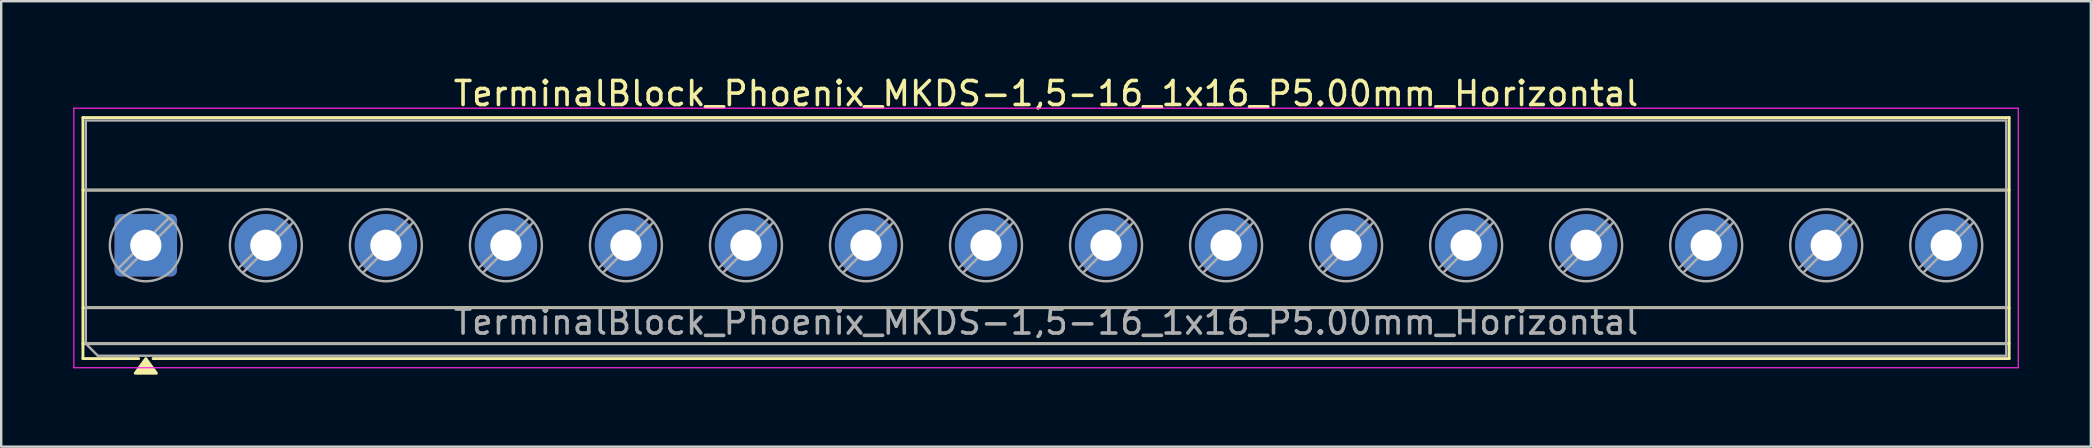
<source format=kicad_pcb>
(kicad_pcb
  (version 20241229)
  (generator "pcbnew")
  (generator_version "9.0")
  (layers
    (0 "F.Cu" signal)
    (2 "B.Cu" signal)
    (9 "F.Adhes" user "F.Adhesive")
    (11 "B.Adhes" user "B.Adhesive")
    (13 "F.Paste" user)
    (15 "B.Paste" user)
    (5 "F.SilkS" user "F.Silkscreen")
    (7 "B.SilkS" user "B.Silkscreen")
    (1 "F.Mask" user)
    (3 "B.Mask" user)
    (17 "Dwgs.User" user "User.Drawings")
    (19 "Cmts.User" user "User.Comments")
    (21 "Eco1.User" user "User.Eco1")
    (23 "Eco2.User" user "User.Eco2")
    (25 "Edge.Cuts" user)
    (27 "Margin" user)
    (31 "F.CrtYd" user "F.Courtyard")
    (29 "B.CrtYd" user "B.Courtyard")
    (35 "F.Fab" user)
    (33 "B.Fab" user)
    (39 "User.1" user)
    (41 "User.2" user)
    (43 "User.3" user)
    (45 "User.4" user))
  (footprint "TerminalBlock_Phoenix_MKDS-1,5-16_1x16_P5.00mm_Horizontal"
    (layer "F.Cu")
    (at 3.025 7.168)
    (property "Reference" "TerminalBlock_Phoenix_MKDS-1,5-16_1x16_P5.00mm_Horizontal" (at 37.5 -6.32 0) (layer "F.SilkS") (effects (font (size 1 1) (thickness 0.15))))
    (attr through_hole)
    (fp_line (start -2.62 -5.32) (end 77.62 -5.32) (stroke (width 0.12) (type solid)) (layer "F.SilkS"))
    (fp_line (start -2.62 -2.3) (end 77.62 -2.3) (stroke (width 0.12) (type solid)) (layer "F.SilkS"))
    (fp_line (start -2.62 2.6) (end 77.62 2.6) (stroke (width 0.12) (type solid)) (layer "F.SilkS"))
    (fp_line (start -2.62 4.1) (end 77.62 4.1) (stroke (width 0.12) (type solid)) (layer "F.SilkS"))
    (fp_line (start -2.62 4.72) (end -2.62 -5.32) (stroke (width 0.12) (type solid)) (layer "F.SilkS"))
    (fp_line (start -0.3 4.72) (end -2.62 4.72) (stroke (width 0.12) (type solid)) (layer "F.SilkS"))
    (fp_line (start 77.62 -5.32) (end 77.62 4.72) (stroke (width 0.12) (type solid)) (layer "F.SilkS"))
    (fp_line (start 77.62 4.72) (end 0.3 4.72) (stroke (width 0.12) (type solid)) (layer "F.SilkS"))
    (fp_poly (pts (xy 0 4.72) (xy 0.44 5.33) (xy -0.44 5.33)) (stroke (width 0.12) (type solid)) (fill yes) (layer "F.SilkS"))
    (fp_line (start -3 -5.71) (end -3 5.1) (stroke (width 0.05) (type solid)) (layer "F.CrtYd"))
    (fp_line (start -3 5.1) (end 78 5.1) (stroke (width 0.05) (type solid)) (layer "F.CrtYd"))
    (fp_line (start 78 -5.71) (end -3 -5.71) (stroke (width 0.05) (type solid)) (layer "F.CrtYd"))
    (fp_line (start 78 5.1) (end 78 -5.71) (stroke (width 0.05) (type solid)) (layer "F.CrtYd"))
    (fp_line (start -2.5 -5.2) (end 77.5 -5.2) (stroke (width 0.1) (type solid)) (layer "F.Fab"))
    (fp_line (start -2.5 -2.3) (end 77.5 -2.3) (stroke (width 0.1) (type solid)) (layer "F.Fab"))
    (fp_line (start -2.5 2.6) (end 77.5 2.6) (stroke (width 0.1) (type solid)) (layer "F.Fab"))
    (fp_line (start -2.5 4.1) (end -2.5 -5.2) (stroke (width 0.1) (type solid)) (layer "F.Fab"))
    (fp_line (start -2.5 4.1) (end 77.5 4.1) (stroke (width 0.1) (type solid)) (layer "F.Fab"))
    (fp_line (start -2 4.6) (end -2.5 4.1) (stroke (width 0.1) (type solid)) (layer "F.Fab"))
    (fp_line (start 0.955 -1.138) (end -1.138 0.955) (stroke (width 0.1) (type solid)) (layer "F.Fab"))
    (fp_line (start 1.138 -0.955) (end -0.955 1.138) (stroke (width 0.1) (type solid)) (layer "F.Fab"))
    (fp_line (start 5.955 -1.138) (end 3.862 0.955) (stroke (width 0.1) (type solid)) (layer "F.Fab"))
    (fp_line (start 6.138 -0.955) (end 4.045 1.138) (stroke (width 0.1) (type solid)) (layer "F.Fab"))
    (fp_line (start 10.955 -1.138) (end 8.862 0.955) (stroke (width 0.1) (type solid)) (layer "F.Fab"))
    (fp_line (start 11.138 -0.955) (end 9.045 1.138) (stroke (width 0.1) (type solid)) (layer "F.Fab"))
    (fp_line (start 15.955 -1.138) (end 13.862 0.955) (stroke (width 0.1) (type solid)) (layer "F.Fab"))
    (fp_line (start 16.138 -0.955) (end 14.045 1.138) (stroke (width 0.1) (type solid)) (layer "F.Fab"))
    (fp_line (start 20.955 -1.138) (end 18.862 0.955) (stroke (width 0.1) (type solid)) (layer "F.Fab"))
    (fp_line (start 21.138 -0.955) (end 19.045 1.138) (stroke (width 0.1) (type solid)) (layer "F.Fab"))
    (fp_line (start 25.955 -1.138) (end 23.862 0.955) (stroke (width 0.1) (type solid)) (layer "F.Fab"))
    (fp_line (start 26.138 -0.955) (end 24.045 1.138) (stroke (width 0.1) (type solid)) (layer "F.Fab"))
    (fp_line (start 30.955 -1.138) (end 28.862 0.955) (stroke (width 0.1) (type solid)) (layer "F.Fab"))
    (fp_line (start 31.138 -0.955) (end 29.045 1.138) (stroke (width 0.1) (type solid)) (layer "F.Fab"))
    (fp_line (start 35.955 -1.138) (end 33.862 0.955) (stroke (width 0.1) (type solid)) (layer "F.Fab"))
    (fp_line (start 36.138 -0.955) (end 34.045 1.138) (stroke (width 0.1) (type solid)) (layer "F.Fab"))
    (fp_line (start 40.955 -1.138) (end 38.862 0.955) (stroke (width 0.1) (type solid)) (layer "F.Fab"))
    (fp_line (start 41.138 -0.955) (end 39.045 1.138) (stroke (width 0.1) (type solid)) (layer "F.Fab"))
    (fp_line (start 45.955 -1.138) (end 43.862 0.955) (stroke (width 0.1) (type solid)) (layer "F.Fab"))
    (fp_line (start 46.138 -0.955) (end 44.045 1.138) (stroke (width 0.1) (type solid)) (layer "F.Fab"))
    (fp_line (start 50.955 -1.138) (end 48.862 0.955) (stroke (width 0.1) (type solid)) (layer "F.Fab"))
    (fp_line (start 51.138 -0.955) (end 49.045 1.138) (stroke (width 0.1) (type solid)) (layer "F.Fab"))
    (fp_line (start 55.955 -1.138) (end 53.862 0.955) (stroke (width 0.1) (type solid)) (layer "F.Fab"))
    (fp_line (start 56.138 -0.955) (end 54.045 1.138) (stroke (width 0.1) (type solid)) (layer "F.Fab"))
    (fp_line (start 60.955 -1.138) (end 58.862 0.955) (stroke (width 0.1) (type solid)) (layer "F.Fab"))
    (fp_line (start 61.138 -0.955) (end 59.045 1.138) (stroke (width 0.1) (type solid)) (layer "F.Fab"))
    (fp_line (start 65.955 -1.138) (end 63.862 0.955) (stroke (width 0.1) (type solid)) (layer "F.Fab"))
    (fp_line (start 66.138 -0.955) (end 64.045 1.138) (stroke (width 0.1) (type solid)) (layer "F.Fab"))
    (fp_line (start 70.955 -1.138) (end 68.862 0.955) (stroke (width 0.1) (type solid)) (layer "F.Fab"))
    (fp_line (start 71.138 -0.955) (end 69.045 1.138) (stroke (width 0.1) (type solid)) (layer "F.Fab"))
    (fp_line (start 75.955 -1.138) (end 73.862 0.955) (stroke (width 0.1) (type solid)) (layer "F.Fab"))
    (fp_line (start 76.138 -0.955) (end 74.045 1.138) (stroke (width 0.1) (type solid)) (layer "F.Fab"))
    (fp_line (start 77.5 -5.2) (end 77.5 4.6) (stroke (width 0.1) (type solid)) (layer "F.Fab"))
    (fp_line (start 77.5 4.6) (end -2 4.6) (stroke (width 0.1) (type solid)) (layer "F.Fab"))
    (fp_circle (center 0 0) (end 1.5 0) (stroke (width 0.1) (type solid)) (fill no) (layer "F.Fab"))
    (fp_circle (center 5 0) (end 6.5 0) (stroke (width 0.1) (type solid)) (fill no) (layer "F.Fab"))
    (fp_circle (center 10 0) (end 11.5 0) (stroke (width 0.1) (type solid)) (fill no) (layer "F.Fab"))
    (fp_circle (center 15 0) (end 16.5 0) (stroke (width 0.1) (type solid)) (fill no) (layer "F.Fab"))
    (fp_circle (center 20 0) (end 21.5 0) (stroke (width 0.1) (type solid)) (fill no) (layer "F.Fab"))
    (fp_circle (center 25 0) (end 26.5 0) (stroke (width 0.1) (type solid)) (fill no) (layer "F.Fab"))
    (fp_circle (center 30 0) (end 31.5 0) (stroke (width 0.1) (type solid)) (fill no) (layer "F.Fab"))
    (fp_circle (center 35 0) (end 36.5 0) (stroke (width 0.1) (type solid)) (fill no) (layer "F.Fab"))
    (fp_circle (center 40 0) (end 41.5 0) (stroke (width 0.1) (type solid)) (fill no) (layer "F.Fab"))
    (fp_circle (center 45 0) (end 46.5 0) (stroke (width 0.1) (type solid)) (fill no) (layer "F.Fab"))
    (fp_circle (center 50 0) (end 51.5 0) (stroke (width 0.1) (type solid)) (fill no) (layer "F.Fab"))
    (fp_circle (center 55 0) (end 56.5 0) (stroke (width 0.1) (type solid)) (fill no) (layer "F.Fab"))
    (fp_circle (center 60 0) (end 61.5 0) (stroke (width 0.1) (type solid)) (fill no) (layer "F.Fab"))
    (fp_circle (center 65 0) (end 66.5 0) (stroke (width 0.1) (type solid)) (fill no) (layer "F.Fab"))
    (fp_circle (center 70 0) (end 71.5 0) (stroke (width 0.1) (type solid)) (fill no) (layer "F.Fab"))
    (fp_circle (center 75 0) (end 76.5 0) (stroke (width 0.1) (type solid)) (fill no) (layer "F.Fab"))
    (fp_text user "${REFERENCE}" (at 37.5 3.2 0) (layer "F.Fab") (effects (font (size 1 1) (thickness 0.15))))
    (pad "1" thru_hole roundrect (at 0 0) (size 2.6 2.6) (drill 1.3) (layers "*.Cu" "*.Mask") (roundrect_rratio 0.096))
    (pad "2" thru_hole circle (at 5 0) (size 2.6 2.6) (drill 1.3) (layers "*.Cu" "*.Mask"))
    (pad "3" thru_hole circle (at 10 0) (size 2.6 2.6) (drill 1.3) (layers "*.Cu" "*.Mask"))
    (pad "4" thru_hole circle (at 15 0) (size 2.6 2.6) (drill 1.3) (layers "*.Cu" "*.Mask"))
    (pad "5" thru_hole circle (at 20 0) (size 2.6 2.6) (drill 1.3) (layers "*.Cu" "*.Mask"))
    (pad "6" thru_hole circle (at 25 0) (size 2.6 2.6) (drill 1.3) (layers "*.Cu" "*.Mask"))
    (pad "7" thru_hole circle (at 30 0) (size 2.6 2.6) (drill 1.3) (layers "*.Cu" "*.Mask"))
    (pad "8" thru_hole circle (at 35 0) (size 2.6 2.6) (drill 1.3) (layers "*.Cu" "*.Mask"))
    (pad "9" thru_hole circle (at 40 0) (size 2.6 2.6) (drill 1.3) (layers "*.Cu" "*.Mask"))
    (pad "10" thru_hole circle (at 45 0) (size 2.6 2.6) (drill 1.3) (layers "*.Cu" "*.Mask"))
    (pad "11" thru_hole circle (at 50 0) (size 2.6 2.6) (drill 1.3) (layers "*.Cu" "*.Mask"))
    (pad "12" thru_hole circle (at 55 0) (size 2.6 2.6) (drill 1.3) (layers "*.Cu" "*.Mask"))
    (pad "13" thru_hole circle (at 60 0) (size 2.6 2.6) (drill 1.3) (layers "*.Cu" "*.Mask"))
    (pad "14" thru_hole circle (at 65 0) (size 2.6 2.6) (drill 1.3) (layers "*.Cu" "*.Mask"))
    (pad "15" thru_hole circle (at 70 0) (size 2.6 2.6) (drill 1.3) (layers "*.Cu" "*.Mask"))
    (pad "16" thru_hole circle (at 75 0) (size 2.6 2.6) (drill 1.3) (layers "*.Cu" "*.Mask")))
  (gr_rect
    (start -3 -3)
    (end 84.05 15.558)
    (stroke (width 0.1) (type default))
    (fill no)
    (layer "Edge.Cuts")))
</source>
